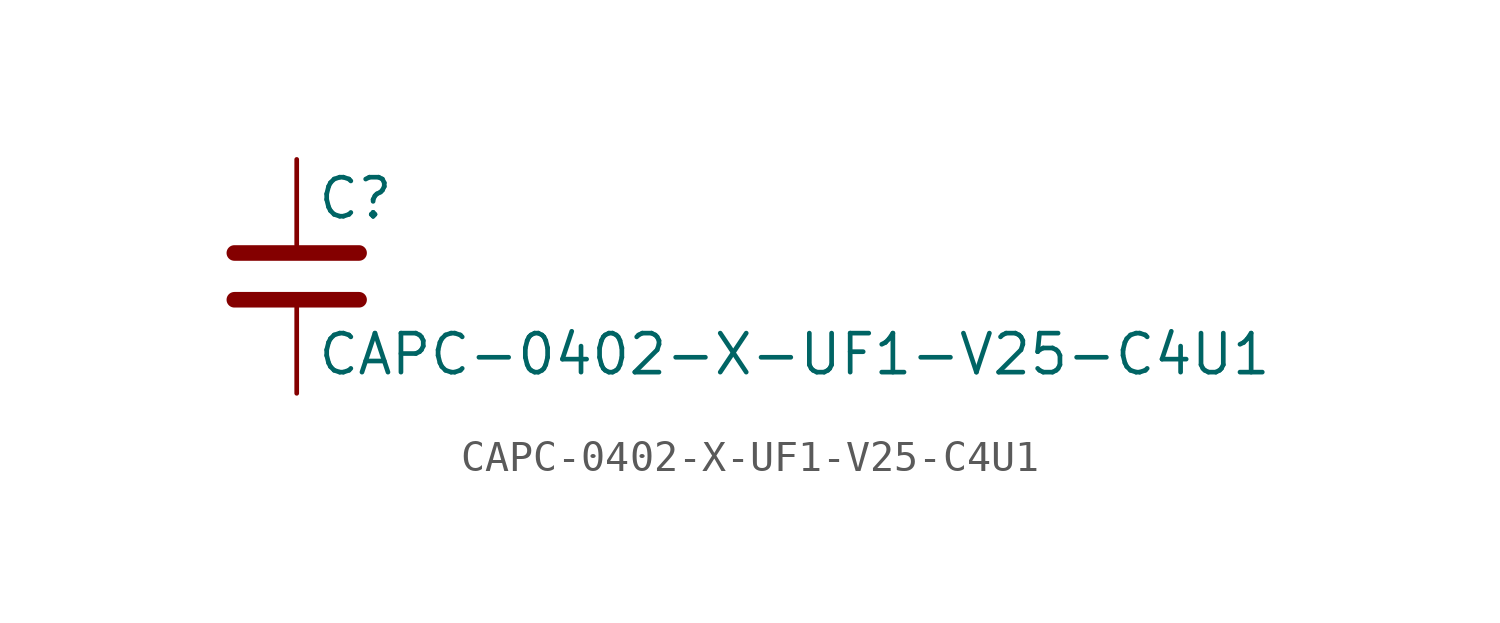
<source format=kicad_sym>
(kicad_symbol_lib
  (version 20211014)
  (generator kicad_symbol_editor)
  (symbol "CAPC-0402-X-UF1-V25-C4U1"
    (pin_numbers hide)
    (pin_names
      (offset 0.254))
    (property "Reference" "C"
      (at 0.635 2.54 0)
      (effects (font (size 1.27 1.27)) (justify left)))
    (property "Value" "CAPC-0402-X-UF1-V25-C4U1"
      (at 0.635 -2.54 0)
      (effects (font (size 1.27 1.27)) (justify left)))
    (symbol "CAPC-0402-X-UF1-V25-C4U1_0_1"
      (polyline (pts (xy -2.032 -0.762) (xy 2.032 -0.762)) (stroke (width 0.508) (type default) (color 0 0 0 0)) (fill (type none)))
      (polyline (pts (xy -2.032 0.762) (xy 2.032 0.762)) (stroke (width 0.508) (type default) (color 0 0 0 0)) (fill (type none))))
    (symbol "CAPC-0402-X-UF1-V25-C4U1_1_1"
      (pin passive line (at 0 3.81 270) (length 2.794) (name "~" (effects (font (size 1.27 1.27)))) (number "1" (effects (font (size 1.27 1.27)))))
      (pin passive line (at 0 -3.81 90) (length 2.794) (name "~" (effects (font (size 1.27 1.27)))) (number "2" (effects (font (size 1.27 1.27))))))))
</source>
